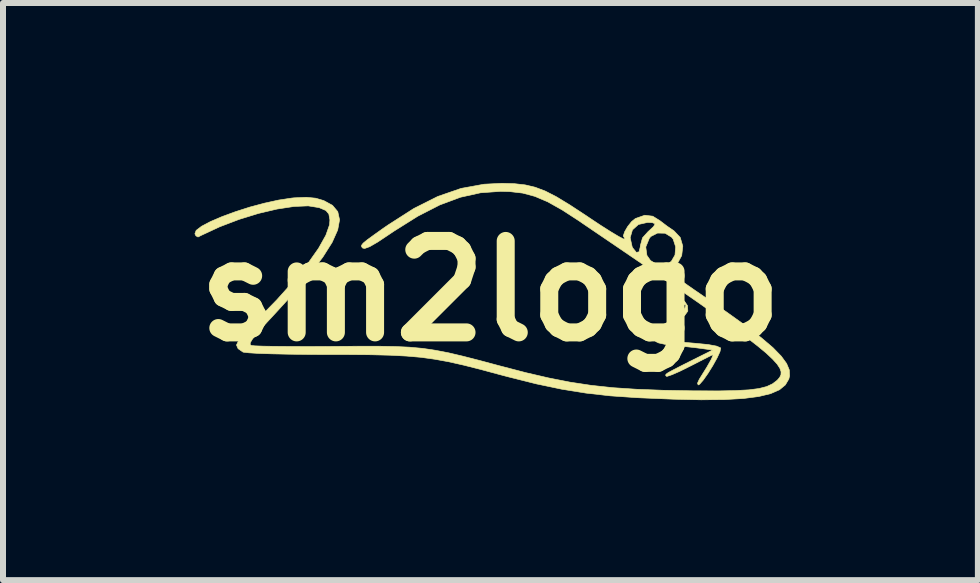
<source format=kicad_pcb>
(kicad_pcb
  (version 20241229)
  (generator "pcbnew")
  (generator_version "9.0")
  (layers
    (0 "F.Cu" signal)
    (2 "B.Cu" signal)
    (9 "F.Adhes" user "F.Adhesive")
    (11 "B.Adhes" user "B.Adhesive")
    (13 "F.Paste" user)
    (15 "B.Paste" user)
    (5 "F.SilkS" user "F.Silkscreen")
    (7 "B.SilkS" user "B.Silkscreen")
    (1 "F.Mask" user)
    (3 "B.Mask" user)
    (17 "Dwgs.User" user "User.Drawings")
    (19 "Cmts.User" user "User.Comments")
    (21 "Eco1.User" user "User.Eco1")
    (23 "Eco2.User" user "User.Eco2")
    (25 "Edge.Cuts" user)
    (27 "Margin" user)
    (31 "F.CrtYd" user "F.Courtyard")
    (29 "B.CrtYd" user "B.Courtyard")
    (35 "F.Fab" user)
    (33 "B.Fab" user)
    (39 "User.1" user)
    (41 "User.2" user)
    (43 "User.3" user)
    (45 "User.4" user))
  (footprint "sm2logo"
    (layer "F.Cu")
    (at 5.124 1.8)
    (property "Reference" "sm2logo" (at 0 0 0) (layer "F.SilkS") (effects (font (size 1.524 1.524) (thickness 0.3))))
    (attr through_hole)
    (fp_poly (pts (xy 3.233 0.169) (xy 3.284 0.245) (xy 3.289 0.334) (xy 3.235 0.41) (xy 3.149 0.459) (xy 3.083 0.445) (xy 3.028 0.397) (xy 2.974 0.298) (xy 2.986 0.259) (xy 3.156 0.259) (xy 3.158 0.303) (xy 3.203 0.321) (xy 3.23 0.301) (xy 3.256 0.247) (xy 3.249 0.229) (xy 3.198 0.221) (xy 3.156 0.259) (xy 2.986 0.259) (xy 3.002 0.203) (xy 3.059 0.153) (xy 3.153 0.131) (xy 3.233 0.169)) (stroke (width 0.01) (type solid)) (fill yes) (layer "F.SilkS"))
    (fp_poly (pts (xy 2.882 0.818) (xy 2.889 0.819) (xy 2.993 0.833) (xy 3.154 0.849) (xy 3.342 0.865) (xy 3.422 0.872) (xy 3.628 0.892) (xy 3.768 0.918) (xy 3.834 0.947) (xy 3.837 0.952) (xy 3.825 1.01) (xy 3.777 1.114) (xy 3.706 1.242) (xy 3.625 1.372) (xy 3.547 1.483) (xy 3.486 1.553) (xy 3.462 1.566) (xy 3.45 1.537) (xy 3.48 1.471) (xy 3.605 1.27) (xy 3.681 1.136) (xy 3.709 1.07) (xy 3.701 1.063) (xy 3.648 1.089) (xy 3.539 1.144) (xy 3.393 1.219) (xy 3.308 1.262) (xy 3.153 1.339) (xy 3.027 1.394) (xy 2.948 1.421) (xy 2.931 1.421) (xy 2.919 1.405) (xy 2.925 1.387) (xy 2.962 1.36) (xy 3.041 1.317) (xy 3.175 1.248) (xy 3.322 1.174) (xy 3.702 0.984) (xy 3.534 0.96) (xy 3.404 0.943) (xy 3.228 0.924) (xy 3.059 0.908) (xy 2.91 0.889) (xy 2.801 0.865) (xy 2.752 0.841) (xy 2.752 0.838) (xy 2.788 0.814) (xy 2.882 0.818)) (stroke (width 0.01) (type solid)) (fill yes) (layer "F.SilkS"))
    (fp_poly (pts (xy 0.398 -1.789) (xy 0.577 -1.769) (xy 0.743 -1.73) (xy 0.913 -1.666) (xy 1.1 -1.57) (xy 1.322 -1.435) (xy 1.592 -1.258) (xy 1.645 -1.222) (xy 1.836 -1.095) (xy 2.003 -0.989) (xy 2.133 -0.911) (xy 2.214 -0.869) (xy 2.234 -0.865) (xy 2.235 -0.889) (xy 2.232 -0.889) (xy 2.231 -0.889) (xy 2.328 -0.889) (xy 2.361 -0.738) (xy 2.372 -0.717) (xy 2.431 -0.644) (xy 2.476 -0.653) (xy 2.496 -0.734) (xy 2.588 -0.734) (xy 2.607 -0.594) (xy 2.667 -0.508) (xy 2.791 -0.434) (xy 2.922 -0.439) (xy 3.013 -0.493) (xy 3.075 -0.6) (xy 3.086 -0.736) (xy 3.045 -0.863) (xy 3.02 -0.896) (xy 2.911 -0.963) (xy 2.785 -0.966) (xy 2.674 -0.91) (xy 2.648 -0.88) (xy 2.588 -0.734) (xy 2.496 -0.734) (xy 2.497 -0.739) (xy 2.498 -0.758) (xy 2.534 -0.887) (xy 2.625 -0.988) (xy 2.718 -1.074) (xy 2.743 -1.12) (xy 2.697 -1.14) (xy 2.617 -1.143) (xy 2.466 -1.109) (xy 2.366 -1.019) (xy 2.328 -0.889) (xy 2.231 -0.889) (xy 2.213 -0.917) (xy 2.236 -0.987) (xy 2.286 -1.074) (xy 2.351 -1.156) (xy 2.415 -1.208) (xy 2.571 -1.263) (xy 2.704 -1.247) (xy 2.823 -1.173) (xy 2.941 -1.083) (xy 3.057 -1.004) (xy 3.162 -0.893) (xy 3.205 -0.748) (xy 3.187 -0.591) (xy 3.108 -0.445) (xy 3.042 -0.38) (xy 3.016 -0.354) (xy 3.013 -0.325) (xy 3.04 -0.285) (xy 3.106 -0.227) (xy 3.219 -0.143) (xy 3.387 -0.026) (xy 3.565 0.096) (xy 3.949 0.36) (xy 4.264 0.586) (xy 4.515 0.78) (xy 4.708 0.944) (xy 4.846 1.086) (xy 4.935 1.208) (xy 4.98 1.315) (xy 4.985 1.413) (xy 4.972 1.467) (xy 4.914 1.565) (xy 4.816 1.646) (xy 4.669 1.71) (xy 4.471 1.758) (xy 4.216 1.791) (xy 3.898 1.809) (xy 3.512 1.813) (xy 3.054 1.803) (xy 2.518 1.781) (xy 2.434 1.777) (xy 1.997 1.747) (xy 1.59 1.701) (xy 1.187 1.636) (xy 0.762 1.547) (xy 0.292 1.429) (xy 0.159 1.394) (xy -0.167 1.306) (xy -0.448 1.235) (xy -0.696 1.179) (xy -0.927 1.137) (xy -1.157 1.105) (xy -1.4 1.084) (xy -1.671 1.07) (xy -1.985 1.062) (xy -2.357 1.059) (xy -2.696 1.059) (xy -3.046 1.057) (xy -3.364 1.053) (xy -3.64 1.047) (xy -3.864 1.04) (xy -4.026 1.03) (xy -4.115 1.02) (xy -4.125 1.017) (xy -4.206 0.961) (xy -4.233 0.9) (xy -4.205 0.841) (xy -4.126 0.739) (xy -4.012 0.609) (xy -3.892 0.486) (xy -3.562 0.148) (xy -3.278 -0.168) (xy -3.045 -0.457) (xy -2.865 -0.712) (xy -2.743 -0.93) (xy -2.682 -1.104) (xy -2.676 -1.185) (xy -2.694 -1.284) (xy -2.743 -1.342) (xy -2.849 -1.387) (xy -2.857 -1.39) (xy -3.037 -1.419) (xy -3.275 -1.409) (xy -3.557 -1.366) (xy -3.867 -1.293) (xy -4.191 -1.193) (xy -4.514 -1.07) (xy -4.819 -0.928) (xy -4.874 -0.9) (xy -4.909 -0.92) (xy -4.926 -0.954) (xy -4.905 -1.01) (xy -4.815 -1.079) (xy -4.667 -1.157) (xy -4.476 -1.239) (xy -4.253 -1.321) (xy -4.013 -1.398) (xy -3.767 -1.464) (xy -3.53 -1.516) (xy -3.312 -1.549) (xy -3.273 -1.553) (xy -3.069 -1.562) (xy -2.913 -1.547) (xy -2.778 -1.507) (xy -2.633 -1.428) (xy -2.545 -1.323) (xy -2.515 -1.187) (xy -2.546 -1.018) (xy -2.638 -0.812) (xy -2.792 -0.568) (xy -3.01 -0.281) (xy -3.293 0.051) (xy -3.588 0.374) (xy -3.766 0.566) (xy -3.89 0.705) (xy -3.967 0.801) (xy -4.003 0.861) (xy -4.005 0.895) (xy -3.985 0.908) (xy -3.924 0.914) (xy -3.789 0.919) (xy -3.592 0.922) (xy -3.343 0.924) (xy -3.054 0.925) (xy -2.735 0.924) (xy -2.598 0.923) (xy -2.197 0.92) (xy -1.866 0.92) (xy -1.587 0.925) (xy -1.348 0.936) (xy -1.13 0.956) (xy -0.921 0.987) (xy -0.702 1.029) (xy -0.46 1.086) (xy -0.179 1.158) (xy 0.157 1.248) (xy 0.169 1.251) (xy 0.591 1.361) (xy 0.971 1.449) (xy 1.327 1.519) (xy 1.678 1.572) (xy 2.04 1.611) (xy 2.431 1.637) (xy 2.87 1.654) (xy 3.373 1.663) (xy 3.437 1.663) (xy 3.797 1.665) (xy 4.083 1.659) (xy 4.306 1.647) (xy 4.476 1.625) (xy 4.604 1.592) (xy 4.7 1.547) (xy 4.776 1.489) (xy 4.785 1.48) (xy 4.82 1.439) (xy 4.841 1.395) (xy 4.843 1.346) (xy 4.823 1.288) (xy 4.778 1.219) (xy 4.703 1.136) (xy 4.596 1.035) (xy 4.451 0.915) (xy 4.266 0.771) (xy 4.037 0.601) (xy 3.76 0.402) (xy 3.431 0.17) (xy 3.047 -0.096) (xy 2.604 -0.4) (xy 2.098 -0.745) (xy 1.526 -1.134) (xy 1.48 -1.166) (xy 1.195 -1.351) (xy 0.955 -1.486) (xy 0.741 -1.577) (xy 0.536 -1.632) (xy 0.32 -1.657) (xy 0.169 -1.661) (xy -0.166 -1.637) (xy -0.5 -1.563) (xy -0.844 -1.435) (xy -1.211 -1.247) (xy -1.611 -0.996) (xy -1.688 -0.944) (xy -1.88 -0.816) (xy -2.013 -0.739) (xy -2.096 -0.709) (xy -2.13 -0.716) (xy -2.148 -0.738) (xy -2.149 -0.762) (xy -2.122 -0.797) (xy -2.058 -0.85) (xy -1.947 -0.931) (xy -1.78 -1.05) (xy -1.704 -1.102) (xy -1.278 -1.375) (xy -0.878 -1.576) (xy -0.491 -1.71) (xy -0.107 -1.78) (xy 0.191 -1.795) (xy 0.398 -1.789)) (stroke (width 0.01) (type solid)) (fill yes) (layer "F.SilkS")))
  (gr_rect
    (start -3 -3)
    (end 13.247 6.618)
    (stroke (width 0.1) (type default))
    (fill no)
    (layer "Edge.Cuts")))
</source>
